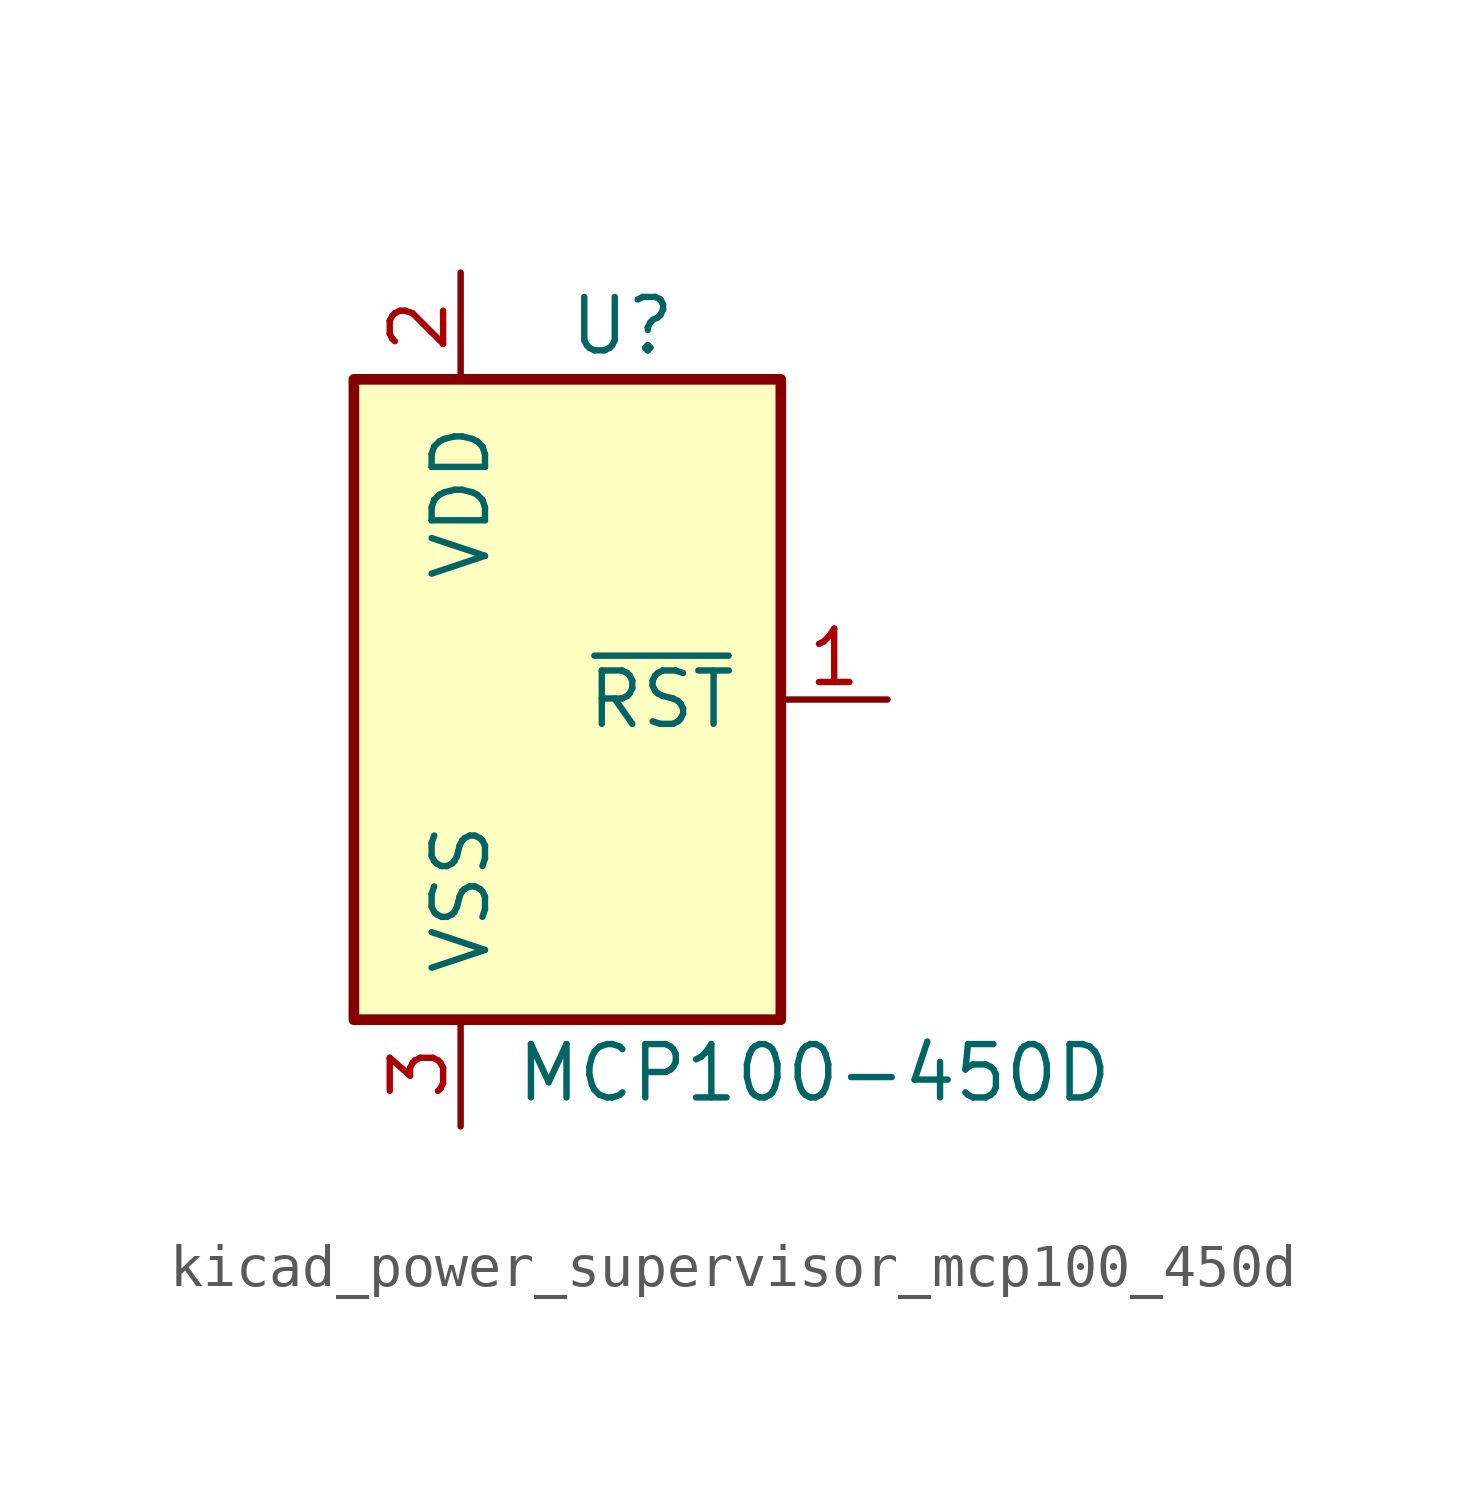
<source format=kicad_sym>
(kicad_symbol_lib
  (version 20220914)
  (generator kicad_symbol_editor)
  (symbol "kicad_power_supervisor_mcp100_450d"
    (pin_names
      (offset 1.016))
    (property "Reference" "U"
      (at 0 8.89 0)
      (effects (font (size 1.27 1.27)) (justify left)))
    (property "Value" "MCP100-450D"
      (at -1.27 -8.89 0)
      (effects (font (size 1.27 1.27)) (justify left)))
    (symbol "kicad_power_supervisor_mcp100_450d_1_1"
      (rectangle (start -5.08 7.62) (end 5.08 -7.62) (stroke (width 0.254) (type default)) (fill (type background)))
      (pin output line (at 7.62 0 180) (length 2.54) (name "~{RST}" (effects (font (size 1.27 1.27)))) (number "1" (effects (font (size 1.27 1.27)))))
      (pin power_in line (at -2.54 10.16 270) (length 2.54) (name "VDD" (effects (font (size 1.27 1.27)))) (number "2" (effects (font (size 1.27 1.27)))))
      (pin power_in line (at -2.54 -10.16 90) (length 2.54) (name "VSS" (effects (font (size 1.27 1.27)))) (number "3" (effects (font (size 1.27 1.27))))))))
</source>
